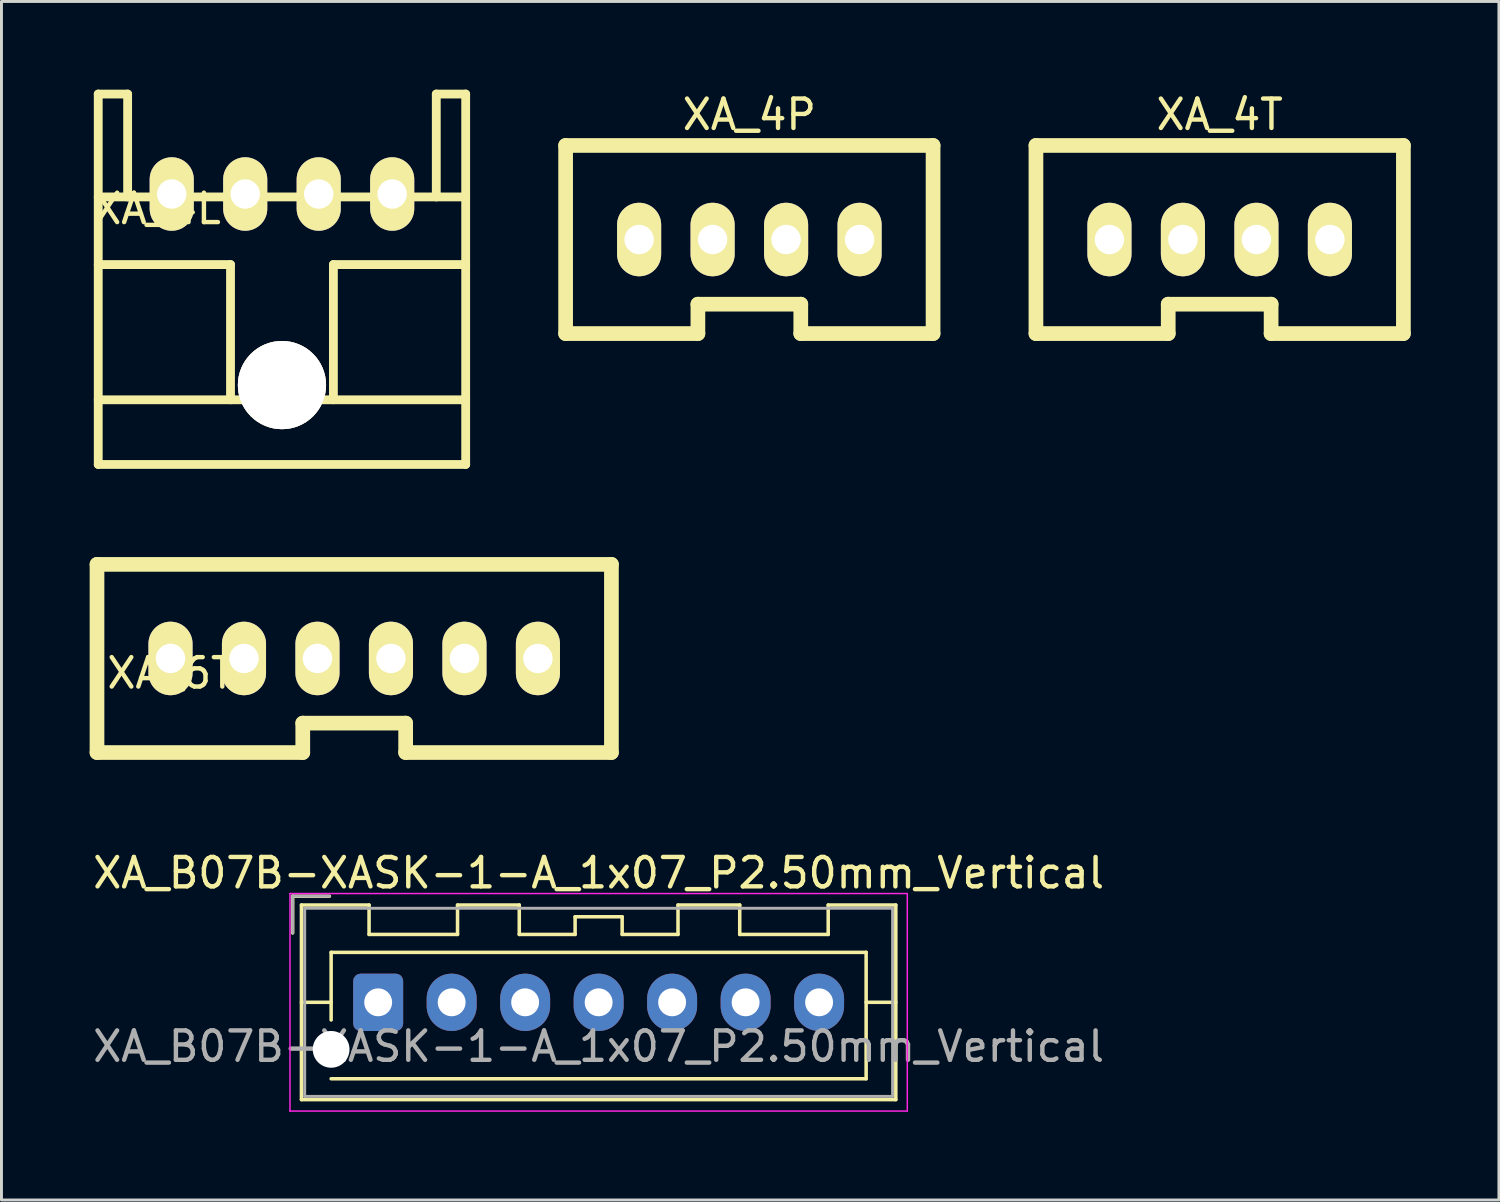
<source format=kicad_pcb>
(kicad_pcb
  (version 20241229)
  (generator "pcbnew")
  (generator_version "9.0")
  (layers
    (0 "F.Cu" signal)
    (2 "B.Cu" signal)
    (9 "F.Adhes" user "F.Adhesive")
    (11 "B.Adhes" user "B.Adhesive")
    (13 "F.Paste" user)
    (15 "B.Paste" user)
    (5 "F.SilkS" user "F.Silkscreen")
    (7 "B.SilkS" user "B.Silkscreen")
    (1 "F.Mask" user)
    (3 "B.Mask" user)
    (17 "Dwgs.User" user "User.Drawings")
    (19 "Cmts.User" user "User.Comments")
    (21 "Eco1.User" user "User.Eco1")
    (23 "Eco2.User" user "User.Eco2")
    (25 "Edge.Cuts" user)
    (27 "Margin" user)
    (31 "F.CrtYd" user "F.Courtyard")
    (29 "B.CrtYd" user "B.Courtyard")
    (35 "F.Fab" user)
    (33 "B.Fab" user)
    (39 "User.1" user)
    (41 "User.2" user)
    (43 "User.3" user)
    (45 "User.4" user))
  (footprint "XA_B07B-XASK-1-A_1x07_P2.50mm_Vertical"
    (layer "F.Cu")
    (at 9.815 31.048)
    (property "Reference" "XA_B07B-XASK-1-A_1x07_P2.50mm_Vertical" (at 7.5 -4.4 0) (layer "F.SilkS") (effects (font (size 1 1) (thickness 0.15))))
    (attr through_hole)
    (fp_line (start -2.91 -3.61) (end -2.91 -2.36) (stroke (width 0.12) (type solid)) (layer "F.SilkS"))
    (fp_line (start -2.61 -3.31) (end -2.61 3.31) (stroke (width 0.12) (type solid)) (layer "F.SilkS"))
    (fp_line (start -2.61 0) (end -1.6 0) (stroke (width 0.12) (type solid)) (layer "F.SilkS"))
    (fp_line (start -2.61 3.31) (end 17.61 3.31) (stroke (width 0.12) (type solid)) (layer "F.SilkS"))
    (fp_line (start -1.66 -3.61) (end -2.91 -3.61) (stroke (width 0.12) (type solid)) (layer "F.SilkS"))
    (fp_line (start -1.6 -1.7) (end 16.6 -1.7) (stroke (width 0.12) (type solid)) (layer "F.SilkS"))
    (fp_line (start -1.6 0.6) (end -1.6 -1.7) (stroke (width 0.12) (type solid)) (layer "F.SilkS"))
    (fp_line (start -0.31 -3.31) (end -2.61 -3.31) (stroke (width 0.12) (type solid)) (layer "F.SilkS"))
    (fp_line (start -0.31 -2.31) (end -0.31 -3.31) (stroke (width 0.12) (type solid)) (layer "F.SilkS"))
    (fp_line (start 2.7 -3.31) (end 2.7 -2.31) (stroke (width 0.12) (type solid)) (layer "F.SilkS"))
    (fp_line (start 2.7 -2.31) (end -0.31 -2.31) (stroke (width 0.12) (type solid)) (layer "F.SilkS"))
    (fp_line (start 4.8 -3.31) (end 2.7 -3.31) (stroke (width 0.12) (type solid)) (layer "F.SilkS"))
    (fp_line (start 4.8 -2.31) (end 4.8 -3.31) (stroke (width 0.12) (type solid)) (layer "F.SilkS"))
    (fp_line (start 6.7 -2.91) (end 6.7 -2.31) (stroke (width 0.12) (type solid)) (layer "F.SilkS"))
    (fp_line (start 6.7 -2.31) (end 4.8 -2.31) (stroke (width 0.12) (type solid)) (layer "F.SilkS"))
    (fp_line (start 8.3 -2.91) (end 6.7 -2.91) (stroke (width 0.12) (type solid)) (layer "F.SilkS"))
    (fp_line (start 8.3 -2.31) (end 8.3 -2.91) (stroke (width 0.12) (type solid)) (layer "F.SilkS"))
    (fp_line (start 10.2 -3.31) (end 10.2 -2.31) (stroke (width 0.12) (type solid)) (layer "F.SilkS"))
    (fp_line (start 10.2 -2.31) (end 8.3 -2.31) (stroke (width 0.12) (type solid)) (layer "F.SilkS"))
    (fp_line (start 12.3 -3.31) (end 10.2 -3.31) (stroke (width 0.12) (type solid)) (layer "F.SilkS"))
    (fp_line (start 12.3 -2.31) (end 12.3 -3.31) (stroke (width 0.12) (type solid)) (layer "F.SilkS"))
    (fp_line (start 15.31 -3.31) (end 15.31 -2.31) (stroke (width 0.12) (type solid)) (layer "F.SilkS"))
    (fp_line (start 15.31 -2.31) (end 12.3 -2.31) (stroke (width 0.12) (type solid)) (layer "F.SilkS"))
    (fp_line (start 16.6 -1.7) (end 16.6 2.6) (stroke (width 0.12) (type solid)) (layer "F.SilkS"))
    (fp_line (start 16.6 2.6) (end -1.6 2.6) (stroke (width 0.12) (type solid)) (layer "F.SilkS"))
    (fp_line (start 17.61 -3.31) (end 15.31 -3.31) (stroke (width 0.12) (type solid)) (layer "F.SilkS"))
    (fp_line (start 17.61 0) (end 16.6 0) (stroke (width 0.12) (type solid)) (layer "F.SilkS"))
    (fp_line (start 17.61 3.31) (end 17.61 -3.31) (stroke (width 0.12) (type solid)) (layer "F.SilkS"))
    (fp_line (start -3 -3.7) (end -3 3.7) (stroke (width 0.05) (type solid)) (layer "F.CrtYd"))
    (fp_line (start -3 3.7) (end 18 3.7) (stroke (width 0.05) (type solid)) (layer "F.CrtYd"))
    (fp_line (start 18 -3.7) (end -3 -3.7) (stroke (width 0.05) (type solid)) (layer "F.CrtYd"))
    (fp_line (start 18 3.7) (end 18 -3.7) (stroke (width 0.05) (type solid)) (layer "F.CrtYd"))
    (fp_line (start -2.91 -3.61) (end -2.91 -2.36) (stroke (width 0.1) (type solid)) (layer "F.Fab"))
    (fp_line (start -2.5 -3.2) (end -2.5 3.2) (stroke (width 0.1) (type solid)) (layer "F.Fab"))
    (fp_line (start -2.5 3.2) (end 17.5 3.2) (stroke (width 0.1) (type solid)) (layer "F.Fab"))
    (fp_line (start -1.66 -3.61) (end -2.91 -3.61) (stroke (width 0.1) (type solid)) (layer "F.Fab"))
    (fp_line (start 17.5 -3.2) (end -2.5 -3.2) (stroke (width 0.1) (type solid)) (layer "F.Fab"))
    (fp_line (start 17.5 3.2) (end 17.5 -3.2) (stroke (width 0.1) (type solid)) (layer "F.Fab"))
    (fp_text user "${REFERENCE}" (at 7.5 1.5 0) (layer "F.Fab") (effects (font (size 1 1) (thickness 0.15))))
    (pad "" np_thru_hole circle (at -1.6 1.6) (size 1.25 1.25) (drill 1.25) (layers "*.Cu" "*.Mask"))
    (pad "1" thru_hole roundrect (at 0 0) (size 1.7 1.95) (drill 0.95) (layers "*.Cu" "*.Mask") (roundrect_rratio 0.147))
    (pad "2" thru_hole oval (at 2.5 0) (size 1.7 1.95) (drill 0.95) (layers "*.Cu" "*.Mask"))
    (pad "3" thru_hole oval (at 5 0) (size 1.7 1.95) (drill 0.95) (layers "*.Cu" "*.Mask"))
    (pad "4" thru_hole oval (at 7.5 0) (size 1.7 1.95) (drill 0.95) (layers "*.Cu" "*.Mask"))
    (pad "5" thru_hole oval (at 10 0) (size 1.7 1.95) (drill 0.95) (layers "*.Cu" "*.Mask"))
    (pad "6" thru_hole oval (at 12.5 0) (size 1.7 1.95) (drill 0.95) (layers "*.Cu" "*.Mask"))
    (pad "7" thru_hole oval (at 15 0) (size 1.7 1.95) (drill 0.95) (layers "*.Cu" "*.Mask")))
  (footprint "XA_4P"
    (layer "F.Cu")
    (at 18.692 5.098)
    (property "Reference" "XA_4P" (at 3.75 -4.25 0) (layer "F.SilkS") (effects (font (size 1 1) (thickness 0.15))))
    (attr through_hole)
    (fp_line (start -2.5 -3.2) (end -2.5 3.2) (stroke (width 0.5) (type solid)) (layer "F.SilkS"))
    (fp_line (start -2.5 3.2) (end 2 3.2) (stroke (width 0.5) (type solid)) (layer "F.SilkS"))
    (fp_line (start 2 2.2) (end 5.5 2.2) (stroke (width 0.5) (type solid)) (layer "F.SilkS"))
    (fp_line (start 2 3.2) (end 2 2.2) (stroke (width 0.5) (type solid)) (layer "F.SilkS"))
    (fp_line (start 5.5 2.2) (end 5.5 3.2) (stroke (width 0.5) (type solid)) (layer "F.SilkS"))
    (fp_line (start 5.5 3.2) (end 10 3.2) (stroke (width 0.5) (type solid)) (layer "F.SilkS"))
    (fp_line (start 10 -3.2) (end -2.5 -3.2) (stroke (width 0.5) (type solid)) (layer "F.SilkS"))
    (fp_line (start 10 3.2) (end 10 -3.2) (stroke (width 0.5) (type solid)) (layer "F.SilkS"))
    (pad "1" thru_hole oval (at 7.5 0) (size 1.5 2.5) (drill 1) (layers "*.Cu" "*.Mask" "F.SilkS"))
    (pad "2" thru_hole oval (at 5 0) (size 1.5 2.5) (drill 1) (layers "*.Cu" "*.Mask" "F.SilkS"))
    (pad "3" thru_hole oval (at 2.5 0) (size 1.5 2.5) (drill 1) (layers "*.Cu" "*.Mask" "F.SilkS"))
    (pad "4" thru_hole oval (at 0 0) (size 1.5 2.5) (drill 1) (layers "*.Cu" "*.Mask" "F.SilkS")))
  (footprint "XA_4LC"
    (layer "F.Cu")
    (at 2.792 3.55)
    (property "Reference" "XA_4LC" (at 0 0.5 0) (layer "F.SilkS") (effects (font (size 1 1) (thickness 0.15))))
    (attr through_hole)
    (fp_line (start -2.5 -3.4) (end -2.5 9.2) (stroke (width 0.3) (type solid)) (layer "F.SilkS"))
    (fp_line (start -2.5 -3.4) (end -1.5 -3.4) (stroke (width 0.3) (type solid)) (layer "F.SilkS"))
    (fp_line (start -2.5 0.1) (end 10 0.1) (stroke (width 0.3) (type solid)) (layer "F.SilkS"))
    (fp_line (start -2.5 7) (end 10 7) (stroke (width 0.3) (type solid)) (layer "F.SilkS"))
    (fp_line (start -1.5 -3.4) (end -1.5 0.1) (stroke (width 0.3) (type solid)) (layer "F.SilkS"))
    (fp_line (start 2 2.4) (end -2.5 2.4) (stroke (width 0.3) (type solid)) (layer "F.SilkS"))
    (fp_line (start 2 7) (end 2 2.4) (stroke (width 0.3) (type solid)) (layer "F.SilkS"))
    (fp_line (start 5.5 2.4) (end 5.5 7) (stroke (width 0.3) (type solid)) (layer "F.SilkS"))
    (fp_line (start 5.5 2.4) (end 10 2.4) (stroke (width 0.3) (type solid)) (layer "F.SilkS"))
    (fp_line (start 9 -3.4) (end 10 -3.4) (stroke (width 0.3) (type solid)) (layer "F.SilkS"))
    (fp_line (start 9 0.1) (end 9 -3.4) (stroke (width 0.3) (type solid)) (layer "F.SilkS"))
    (fp_line (start 10 -3.4) (end 10 9.2) (stroke (width 0.3) (type solid)) (layer "F.SilkS"))
    (fp_line (start 10 9.2) (end -2.5 9.2) (stroke (width 0.3) (type solid)) (layer "F.SilkS"))
    (pad "" thru_hole circle (at 3.75 6.5) (size 3 3) (drill 3) (layers "*.Cu" "*.Mask" "F.SilkS"))
    (pad "1" thru_hole oval (at 0 0) (size 1.5 2.5) (drill 1) (layers "*.Cu" "*.Mask" "F.SilkS"))
    (pad "2" thru_hole oval (at 2.5 0) (size 1.5 2.5) (drill 1) (layers "*.Cu" "*.Mask" "F.SilkS"))
    (pad "3" thru_hole oval (at 5 0) (size 1.5 2.5) (drill 1) (layers "*.Cu" "*.Mask" "F.SilkS"))
    (pad "4" thru_hole oval (at 7.5 0) (size 1.5 2.5) (drill 1) (layers "*.Cu" "*.Mask" "F.SilkS")))
  (footprint "XA_6T"
    (layer "F.Cu")
    (at 2.75 19.35)
    (property "Reference" "XA_6T" (at 0 0.5 0) (layer "F.SilkS") (effects (font (size 1 1) (thickness 0.15))))
    (attr through_hole)
    (fp_line (start -2.5 -3.2) (end -2.5 3.2) (stroke (width 0.5) (type solid)) (layer "F.SilkS"))
    (fp_line (start -2.5 -3.2) (end 15 -3.2) (stroke (width 0.5) (type solid)) (layer "F.SilkS"))
    (fp_line (start -2.5 3.2) (end 4.5 3.2) (stroke (width 0.5) (type solid)) (layer "F.SilkS"))
    (fp_line (start 4.5 2.2) (end 8 2.2) (stroke (width 0.5) (type solid)) (layer "F.SilkS"))
    (fp_line (start 4.5 3.2) (end 4.5 2.2) (stroke (width 0.5) (type solid)) (layer "F.SilkS"))
    (fp_line (start 8 2.2) (end 8 3.2) (stroke (width 0.5) (type solid)) (layer "F.SilkS"))
    (fp_line (start 8 3.2) (end 15 3.2) (stroke (width 0.5) (type solid)) (layer "F.SilkS"))
    (fp_line (start 15 -3.2) (end 15 3.2) (stroke (width 0.5) (type solid)) (layer "F.SilkS"))
    (pad "1" thru_hole oval (at 12.5 0) (size 1.5 2.5) (drill 1) (layers "*.Cu" "*.Mask" "F.SilkS"))
    (pad "2" thru_hole oval (at 10 0) (size 1.5 2.5) (drill 1) (layers "*.Cu" "*.Mask" "F.SilkS"))
    (pad "3" thru_hole oval (at 7.5 0) (size 1.5 2.5) (drill 1) (layers "*.Cu" "*.Mask" "F.SilkS"))
    (pad "4" thru_hole oval (at 5 0) (size 1.5 2.5) (drill 1) (layers "*.Cu" "*.Mask" "F.SilkS"))
    (pad "5" thru_hole oval (at 2.5 0) (size 1.5 2.5) (drill 1) (layers "*.Cu" "*.Mask" "F.SilkS"))
    (pad "6" thru_hole oval (at 0 0) (size 1.5 2.5) (drill 1) (layers "*.Cu" "*.Mask" "F.SilkS")))
  (footprint "XA_4T"
    (layer "F.Cu")
    (at 34.692 5.098)
    (property "Reference" "XA_4T" (at 3.75 -4.25 0) (layer "F.SilkS") (effects (font (size 1 1) (thickness 0.15))))
    (attr through_hole)
    (fp_line (start -2.5 -3.2) (end -2.5 3.2) (stroke (width 0.5) (type solid)) (layer "F.SilkS"))
    (fp_line (start -2.5 3.2) (end 2 3.2) (stroke (width 0.5) (type solid)) (layer "F.SilkS"))
    (fp_line (start 2 2.2) (end 5.5 2.2) (stroke (width 0.5) (type solid)) (layer "F.SilkS"))
    (fp_line (start 2 3.2) (end 2 2.2) (stroke (width 0.5) (type solid)) (layer "F.SilkS"))
    (fp_line (start 5.5 2.2) (end 5.5 3.2) (stroke (width 0.5) (type solid)) (layer "F.SilkS"))
    (fp_line (start 5.5 3.2) (end 10 3.2) (stroke (width 0.5) (type solid)) (layer "F.SilkS"))
    (fp_line (start 10 -3.2) (end -2.5 -3.2) (stroke (width 0.5) (type solid)) (layer "F.SilkS"))
    (fp_line (start 10 3.2) (end 10 -3.2) (stroke (width 0.5) (type solid)) (layer "F.SilkS"))
    (pad "1" thru_hole oval (at 7.5 0) (size 1.5 2.5) (drill 1) (layers "*.Cu" "*.Mask" "F.SilkS"))
    (pad "2" thru_hole oval (at 5 0) (size 1.5 2.5) (drill 1) (layers "*.Cu" "*.Mask" "F.SilkS"))
    (pad "3" thru_hole oval (at 2.5 0) (size 1.5 2.5) (drill 1) (layers "*.Cu" "*.Mask" "F.SilkS"))
    (pad "4" thru_hole oval (at 0 0) (size 1.5 2.5) (drill 1) (layers "*.Cu" "*.Mask" "F.SilkS")))
  (gr_rect
    (start -3 -3)
    (end 47.942 37.773)
    (stroke (width 0.1) (type default))
    (fill no)
    (layer "Edge.Cuts")))
</source>
